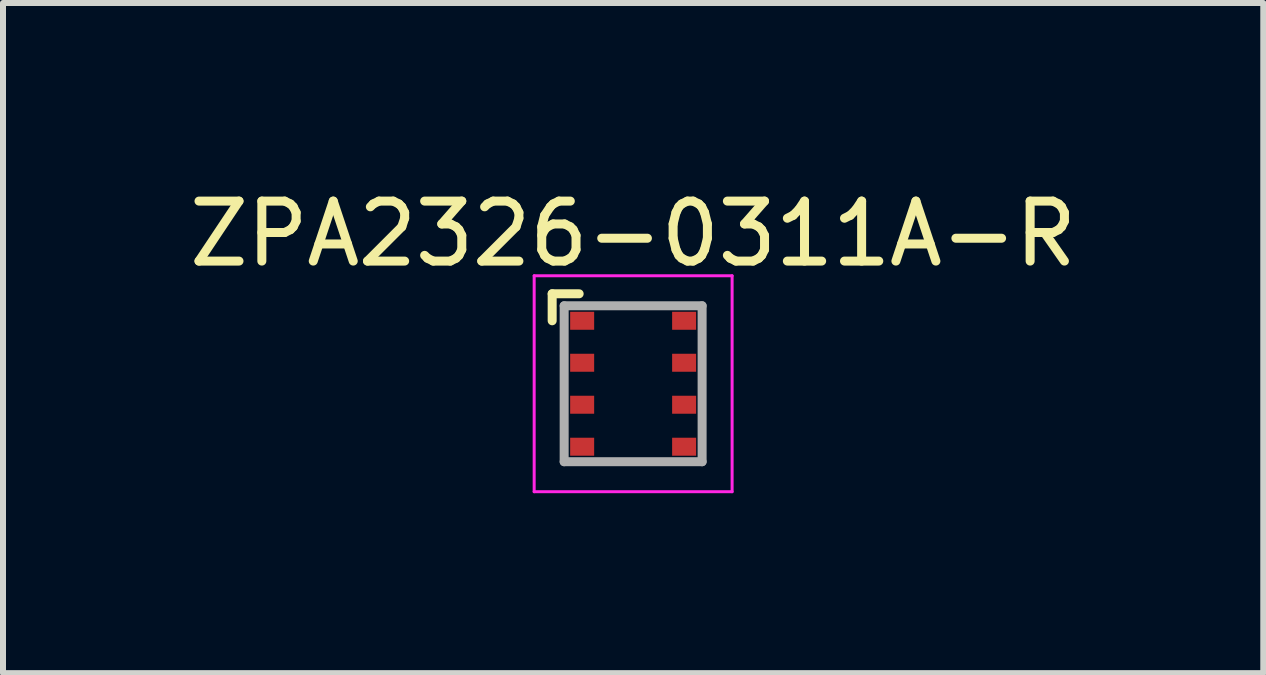
<source format=kicad_pcb>
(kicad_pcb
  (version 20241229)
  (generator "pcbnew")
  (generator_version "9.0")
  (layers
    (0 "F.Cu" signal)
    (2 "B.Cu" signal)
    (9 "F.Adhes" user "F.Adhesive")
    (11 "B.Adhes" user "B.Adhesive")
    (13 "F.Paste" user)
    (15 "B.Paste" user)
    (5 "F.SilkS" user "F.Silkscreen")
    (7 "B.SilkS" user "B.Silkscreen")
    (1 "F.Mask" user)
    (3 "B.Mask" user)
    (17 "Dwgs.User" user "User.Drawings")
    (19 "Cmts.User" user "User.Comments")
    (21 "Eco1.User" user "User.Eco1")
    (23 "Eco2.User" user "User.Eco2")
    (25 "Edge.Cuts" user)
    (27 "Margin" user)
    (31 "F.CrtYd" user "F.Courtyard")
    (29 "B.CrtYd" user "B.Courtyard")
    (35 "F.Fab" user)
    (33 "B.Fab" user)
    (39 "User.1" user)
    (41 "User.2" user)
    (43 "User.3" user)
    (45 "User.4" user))
  (footprint "ZPA2326-0311A-R"
    (layer "F.Cu")
    (at 7.506 3.348)
    (property "Reference" "ZPA2326-0311A-R" (at 0 -2.5 0) (layer "F.SilkS") (effects (font (size 1 1) (thickness 0.15))))
    (attr smd)
    (fp_line (start -1.35 -1.5) (end -1.35 -1.05) (stroke (width 0.15) (type solid)) (layer "F.SilkS"))
    (fp_line (start -1.35 -1.5) (end -0.9 -1.5) (stroke (width 0.15) (type solid)) (layer "F.SilkS"))
    (fp_line (start -1.65 -1.8) (end -1.65 1.8) (stroke (width 0.05) (type solid)) (layer "F.CrtYd"))
    (fp_line (start -1.65 -1.8) (end 1.65 -1.8) (stroke (width 0.05) (type solid)) (layer "F.CrtYd"))
    (fp_line (start -1.65 1.8) (end 1.65 1.8) (stroke (width 0.05) (type solid)) (layer "F.CrtYd"))
    (fp_line (start 1.65 -1.8) (end 1.65 1.8) (stroke (width 0.05) (type solid)) (layer "F.CrtYd"))
    (fp_line (start -1.15 -1.3) (end -1.15 1.3) (stroke (width 0.15) (type solid)) (layer "F.Fab"))
    (fp_line (start -1.15 -1.3) (end 1.15 -1.3) (stroke (width 0.15) (type solid)) (layer "F.Fab"))
    (fp_line (start -1.15 1.3) (end 1.15 1.3) (stroke (width 0.15) (type solid)) (layer "F.Fab"))
    (fp_line (start 1.15 -1.3) (end 1.15 1.3) (stroke (width 0.15) (type solid)) (layer "F.Fab"))
    (pad "1" smd rect (at -0.85 -1.05) (size 0.4 0.3) (layers "F.Cu" "F.Mask" "F.Paste"))
    (pad "2" smd rect (at -0.85 -0.35) (size 0.4 0.3) (layers "F.Cu" "F.Mask" "F.Paste"))
    (pad "3" smd rect (at -0.85 0.35) (size 0.4 0.3) (layers "F.Cu" "F.Mask" "F.Paste"))
    (pad "4" smd rect (at -0.85 1.05) (size 0.4 0.3) (layers "F.Cu" "F.Mask" "F.Paste"))
    (pad "5" smd rect (at 0.85 1.05) (size 0.4 0.3) (layers "F.Cu" "F.Mask" "F.Paste"))
    (pad "6" smd rect (at 0.85 0.35) (size 0.4 0.3) (layers "F.Cu" "F.Mask" "F.Paste"))
    (pad "7" smd rect (at 0.85 -0.35) (size 0.4 0.3) (layers "F.Cu" "F.Mask" "F.Paste"))
    (pad "8" smd rect (at 0.85 -1.05) (size 0.4 0.3) (layers "F.Cu" "F.Mask" "F.Paste")))
  (gr_rect
    (start -3 -3)
    (end 18.012 8.173)
    (stroke (width 0.1) (type default))
    (fill no)
    (layer "Edge.Cuts")))
</source>
